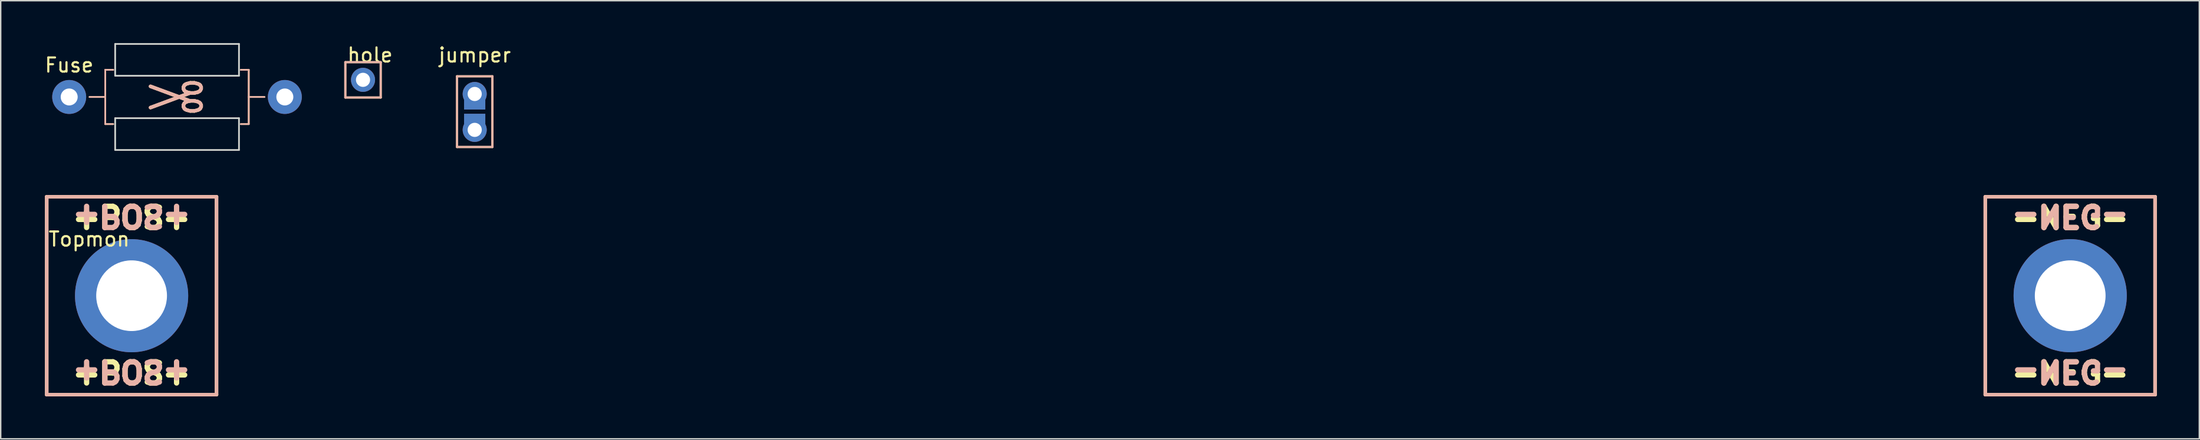
<source format=kicad_pcb>
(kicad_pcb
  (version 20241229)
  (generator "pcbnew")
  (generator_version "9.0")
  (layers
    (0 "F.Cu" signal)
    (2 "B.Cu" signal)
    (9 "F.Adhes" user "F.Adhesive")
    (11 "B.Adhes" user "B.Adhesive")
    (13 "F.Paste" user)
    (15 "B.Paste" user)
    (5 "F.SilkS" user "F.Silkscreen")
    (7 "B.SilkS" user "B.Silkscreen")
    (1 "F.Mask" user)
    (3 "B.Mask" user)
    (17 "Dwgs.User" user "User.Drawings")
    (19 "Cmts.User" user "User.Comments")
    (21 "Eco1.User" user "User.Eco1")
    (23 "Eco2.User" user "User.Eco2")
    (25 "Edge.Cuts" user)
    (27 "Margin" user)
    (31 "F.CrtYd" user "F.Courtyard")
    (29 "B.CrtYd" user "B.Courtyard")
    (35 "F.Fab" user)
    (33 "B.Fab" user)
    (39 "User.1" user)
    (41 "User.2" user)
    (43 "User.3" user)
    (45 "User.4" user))
  (footprint "Fuse"
    (layer "F.Cu")
    (at 1.839 3.81)
    (property "Reference" "Fuse" (at 0 -2.25 180) (layer "F.SilkS") (effects (font (size 1 1) (thickness 0.15))))
    (attr through_hole)
    (fp_line (start 1.44 0) (end 2.55 0) (stroke (width 0.12) (type solid)) (layer "F.SilkS"))
    (fp_line (start 2.55 -1.92) (end 2.55 1.92) (stroke (width 0.12) (type solid)) (layer "F.SilkS"))
    (fp_line (start 2.55 -1.92) (end 3.11 -1.92) (stroke (width 0.12) (type solid)) (layer "F.SilkS"))
    (fp_line (start 2.55 1.92) (end 3.11 1.92) (stroke (width 0.12) (type solid)) (layer "F.SilkS"))
    (fp_line (start 5.75 -0.75) (end 8.53 0.28) (stroke (width 0.25) (type solid)) (layer "F.SilkS"))
    (fp_line (start 8.53 -0.28) (end 5.75 0.75) (stroke (width 0.25) (type solid)) (layer "F.SilkS"))
    (fp_line (start 12.13 -1.92) (end 12.69 -1.92) (stroke (width 0.12) (type solid)) (layer "F.SilkS"))
    (fp_line (start 12.13 1.92) (end 12.69 1.92) (stroke (width 0.12) (type solid)) (layer "F.SilkS"))
    (fp_line (start 12.69 1.92) (end 12.69 -1.92) (stroke (width 0.12) (type solid)) (layer "F.SilkS"))
    (fp_line (start 13.8 0) (end 12.69 0) (stroke (width 0.12) (type solid)) (layer "F.SilkS"))
    (fp_line (start 1.44 0) (end 2.55 0) (stroke (width 0.12) (type solid)) (layer "B.SilkS"))
    (fp_line (start 2.55 -1.92) (end 3.11 -1.92) (stroke (width 0.12) (type solid)) (layer "B.SilkS"))
    (fp_line (start 2.55 1.92) (end 2.55 -1.92) (stroke (width 0.12) (type solid)) (layer "B.SilkS"))
    (fp_line (start 2.55 1.92) (end 3.11 1.92) (stroke (width 0.12) (type solid)) (layer "B.SilkS"))
    (fp_line (start 5.75 -0.75) (end 8.53 0.28) (stroke (width 0.25) (type solid)) (layer "B.SilkS"))
    (fp_line (start 8.53 -0.28) (end 5.75 0.75) (stroke (width 0.25) (type solid)) (layer "B.SilkS"))
    (fp_line (start 12.13 -1.92) (end 12.69 -1.92) (stroke (width 0.12) (type solid)) (layer "B.SilkS"))
    (fp_line (start 12.13 1.92) (end 12.69 1.92) (stroke (width 0.12) (type solid)) (layer "B.SilkS"))
    (fp_line (start 12.69 -1.92) (end 12.69 1.92) (stroke (width 0.12) (type solid)) (layer "B.SilkS"))
    (fp_line (start 13.8 0) (end 12.69 0) (stroke (width 0.12) (type solid)) (layer "B.SilkS"))
    (fp_line (start 3.25 -3.75) (end 3.25 -1.5) (stroke (width 0.12) (type solid)) (layer "Edge.Cuts"))
    (fp_line (start 3.25 -1.5) (end 12 -1.5) (stroke (width 0.12) (type solid)) (layer "Edge.Cuts"))
    (fp_line (start 3.25 1.5) (end 3.25 3.75) (stroke (width 0.12) (type solid)) (layer "Edge.Cuts"))
    (fp_line (start 3.25 3.75) (end 12 3.75) (stroke (width 0.12) (type solid)) (layer "Edge.Cuts"))
    (fp_line (start 12 -3.75) (end 3.25 -3.75) (stroke (width 0.12) (type solid)) (layer "Edge.Cuts"))
    (fp_line (start 12 -1.5) (end 12 -3.75) (stroke (width 0.12) (type solid)) (layer "Edge.Cuts"))
    (fp_line (start 12 1.5) (end 3.25 1.5) (stroke (width 0.12) (type solid)) (layer "Edge.Cuts"))
    (fp_line (start 12 3.75) (end 12 1.5) (stroke (width 0.12) (type solid)) (layer "Edge.Cuts"))
    (fp_text user "0" (at 8.76 0.63 270) (layer "F.SilkS") (effects (font (size 1.25 1.25) (thickness 0.25))))
    (fp_text user "0" (at 8.76 -0.64 270) (layer "F.SilkS") (effects (font (size 1.25 1.25) (thickness 0.25))))
    (fp_text user "0" (at 8.76 -0.64 270) (layer "B.SilkS") (effects (font (size 1.25 1.25) (thickness 0.25))))
    (fp_text user "0" (at 8.76 0.63 270) (layer "B.SilkS") (effects (font (size 1.25 1.25) (thickness 0.25))))
    (pad "1" thru_hole circle (at 0 0) (size 2.4 2.4) (drill 1.2) (layers "*.Cu" "*.Mask"))
    (pad "2" thru_hole oval (at 15.24 0) (size 2.4 2.4) (drill 1.2) (layers "*.Cu" "*.Mask")))
  (footprint "jumper"
    (layer "F.Cu")
    (at 30.497 3.598)
    (property "Reference" "jumper" (at 0 -2.75 0) (layer "F.SilkS") (effects (font (size 1 1) (thickness 0.15))))
    (attr through_hole)
    (fp_line (start -1.25 -1.25) (end 1.25 -1.25) (stroke (width 0.15) (type solid)) (layer "F.SilkS"))
    (fp_line (start -1.25 3.75) (end -1.25 -1.25) (stroke (width 0.15) (type solid)) (layer "F.SilkS"))
    (fp_line (start 1.25 -1.25) (end 1.25 3.75) (stroke (width 0.15) (type solid)) (layer "F.SilkS"))
    (fp_line (start 1.25 3.75) (end -1.25 3.75) (stroke (width 0.15) (type solid)) (layer "F.SilkS"))
    (fp_line (start -1.25 -1.25) (end 1.25 -1.25) (stroke (width 0.15) (type solid)) (layer "B.SilkS"))
    (fp_line (start -1.25 3.75) (end -1.25 -1.25) (stroke (width 0.15) (type solid)) (layer "B.SilkS"))
    (fp_line (start 1.25 -1.25) (end 1.25 3.75) (stroke (width 0.15) (type solid)) (layer "B.SilkS"))
    (fp_line (start 1.25 3.75) (end -1.25 3.75) (stroke (width 0.15) (type solid)) (layer "B.SilkS"))
    (pad "1" thru_hole circle (at 0 0) (size 1.7 1.7) (drill 1) (layers "*.Cu" "*.Mask"))
    (pad "1" smd rect (at 0 0.6 270) (size 1 1.5) (layers "F.Cu" "F.Mask"))
    (pad "1" smd rect (at 0 0.6 270) (size 1 1.5) (layers "F.Mask" "B.Cu"))
    (pad "2" smd rect (at 0 1.9 270) (size 1 1.5) (layers "F.Cu" "F.Mask"))
    (pad "2" smd rect (at 0 1.9 270) (size 1 1.5) (layers "F.Mask" "B.Cu"))
    (pad "2" thru_hole oval (at 0 2.54) (size 1.7 1.7) (drill 1) (layers "*.Cu" "*.Mask")))
  (footprint "Topmon"
    (layer "F.Cu")
    (at 0.25 10.87)
    (property "Reference" "Topmon" (at 3 3 0) (layer "F.SilkS") (effects (font (size 1 1) (thickness 0.15))))
    (attr through_hole)
    (fp_line (start 0 0) (end 12 0) (stroke (width 0.25) (type solid)) (layer "F.SilkS"))
    (fp_line (start 0 14) (end 0 0) (stroke (width 0.25) (type solid)) (layer "F.SilkS"))
    (fp_line (start 0 14) (end 12 14) (stroke (width 0.25) (type solid)) (layer "F.SilkS"))
    (fp_line (start 12 14) (end 12 0) (stroke (width 0.25) (type solid)) (layer "F.SilkS"))
    (fp_line (start 137 0) (end 149 0) (stroke (width 0.25) (type solid)) (layer "F.SilkS"))
    (fp_line (start 137 14) (end 137 0) (stroke (width 0.25) (type solid)) (layer "F.SilkS"))
    (fp_line (start 137 14) (end 149 14) (stroke (width 0.25) (type solid)) (layer "F.SilkS"))
    (fp_line (start 149 0) (end 149 14) (stroke (width 0.25) (type solid)) (layer "F.SilkS"))
    (fp_line (start 0 0) (end 12 0) (stroke (width 0.25) (type solid)) (layer "B.SilkS"))
    (fp_line (start 0 14) (end 0 0) (stroke (width 0.25) (type solid)) (layer "B.SilkS"))
    (fp_line (start 0 14) (end 12 14) (stroke (width 0.25) (type solid)) (layer "B.SilkS"))
    (fp_line (start 12 14) (end 12 0) (stroke (width 0.25) (type solid)) (layer "B.SilkS"))
    (fp_line (start 137 0) (end 149 0) (stroke (width 0.25) (type solid)) (layer "B.SilkS"))
    (fp_line (start 137 14) (end 137 0) (stroke (width 0.25) (type solid)) (layer "B.SilkS"))
    (fp_line (start 137 14) (end 149 14) (stroke (width 0.25) (type solid)) (layer "B.SilkS"))
    (fp_line (start 149 14) (end 149 0) (stroke (width 0.25) (type solid)) (layer "B.SilkS"))
    (fp_text user "+POS+" (at 6 1.5 180) (layer "F.SilkS") (effects (font (size 1.5 1.5) (thickness 0.375))))
    (fp_text user "-NEG-" (at 143 12.5 180) (layer "F.SilkS") (effects (font (size 1.5 1.5) (thickness 0.375))))
    (fp_text user "+POS+" (at 6 12.5 180) (layer "F.SilkS") (effects (font (size 1.5 1.5) (thickness 0.375))))
    (fp_text user "-NEG-" (at 143 1.5 180) (layer "F.SilkS") (effects (font (size 1.5 1.5) (thickness 0.375))))
    (fp_text user "-NEG-" (at 143 12.35 180) (unlocked yes) (layer "B.SilkS") (effects (font (size 1.5 1.5) (thickness 0.375)) (justify mirror)))
    (fp_text user "+POS+" (at 6 12.35 180) (unlocked yes) (layer "B.SilkS") (effects (font (size 1.5 1.5) (thickness 0.375)) (justify mirror)))
    (fp_text user "+POS+" (at 6 1.35 180) (unlocked yes) (layer "B.SilkS") (effects (font (size 1.5 1.5) (thickness 0.375)) (justify mirror)))
    (fp_text user "-NEG-" (at 143 1.35 180) (unlocked yes) (layer "B.SilkS") (effects (font (size 1.5 1.5) (thickness 0.375)) (justify mirror)))
    (pad "1" thru_hole circle (at 6 7) (size 8 8) (drill 5) (layers "*.Cu" "*.Mask"))
    (pad "2" thru_hole circle (at 143 7) (size 8 8) (drill 5) (layers "*.Cu" "*.Mask")))
  (footprint "hole"
    (layer "F.Cu")
    (at 22.604 2.598)
    (property "Reference" "hole" (at 0.5 -1.75 0) (layer "F.SilkS") (effects (font (size 1 1) (thickness 0.15))))
    (attr through_hole)
    (fp_line (start -1.25 -1.25) (end 1.25 -1.25) (stroke (width 0.15) (type solid)) (layer "F.SilkS"))
    (fp_line (start -1.25 1.25) (end -1.25 -1.25) (stroke (width 0.15) (type solid)) (layer "F.SilkS"))
    (fp_line (start 1.25 -1.25) (end 1.25 1.25) (stroke (width 0.15) (type solid)) (layer "F.SilkS"))
    (fp_line (start 1.25 1.25) (end -1.25 1.25) (stroke (width 0.15) (type solid)) (layer "F.SilkS"))
    (fp_line (start -1.25 -1.25) (end 1.25 -1.25) (stroke (width 0.15) (type solid)) (layer "B.SilkS"))
    (fp_line (start -1.25 1.25) (end -1.25 -1.25) (stroke (width 0.15) (type solid)) (layer "B.SilkS"))
    (fp_line (start 1.25 -1.25) (end 1.25 1.25) (stroke (width 0.15) (type solid)) (layer "B.SilkS"))
    (fp_line (start 1.25 1.25) (end -1.25 1.25) (stroke (width 0.15) (type solid)) (layer "B.SilkS"))
    (pad "1" thru_hole circle (at 0 0) (size 1.7 1.7) (drill 1) (layers "*.Cu" "*.Mask")))
  (gr_rect
    (start -3 -3)
    (end 152.375 27.995)
    (stroke (width 0.1) (type default))
    (fill no)
    (layer "Edge.Cuts")))
</source>
